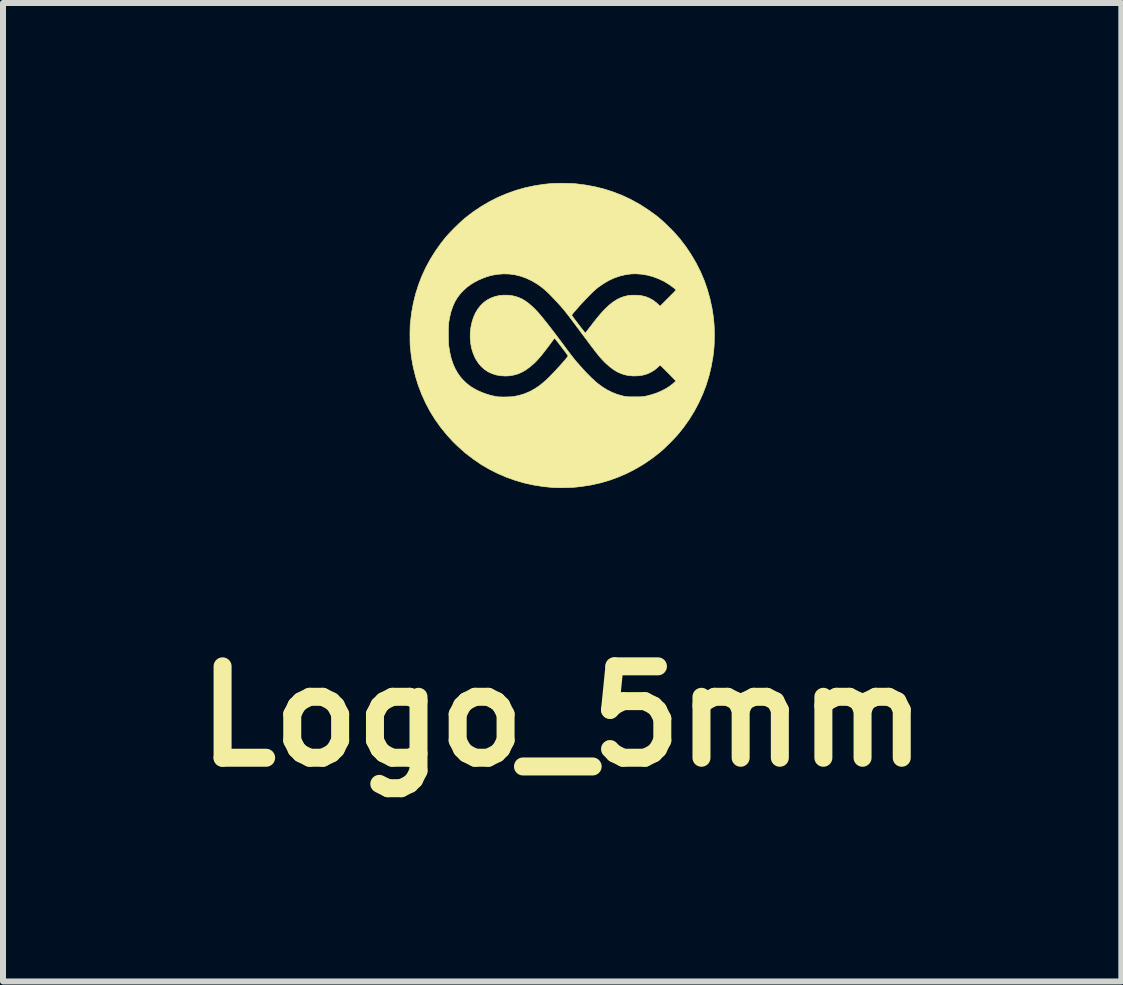
<source format=kicad_pcb>
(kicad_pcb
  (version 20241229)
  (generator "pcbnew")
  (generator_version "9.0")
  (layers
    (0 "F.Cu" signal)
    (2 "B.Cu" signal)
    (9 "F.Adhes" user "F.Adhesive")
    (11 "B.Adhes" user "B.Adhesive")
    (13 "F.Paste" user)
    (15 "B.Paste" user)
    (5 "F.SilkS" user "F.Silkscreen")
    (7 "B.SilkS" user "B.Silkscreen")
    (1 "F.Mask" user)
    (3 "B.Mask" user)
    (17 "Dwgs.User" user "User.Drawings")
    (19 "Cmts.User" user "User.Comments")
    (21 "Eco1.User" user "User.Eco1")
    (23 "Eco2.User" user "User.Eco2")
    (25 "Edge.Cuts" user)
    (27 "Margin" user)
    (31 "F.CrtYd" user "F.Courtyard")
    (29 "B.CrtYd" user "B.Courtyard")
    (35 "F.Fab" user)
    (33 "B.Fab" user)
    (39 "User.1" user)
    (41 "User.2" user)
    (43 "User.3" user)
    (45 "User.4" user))
  (footprint "Logo_5mm"
    (layer "F.Cu")
    (at 6.321 2.542)
    (property "Reference" "Logo_5mm" (at 0 6.35 0) (layer "F.SilkS") (effects (font (size 1.524 1.524) (thickness 0.3))))
    (attr through_hole)
    (fp_poly (pts (xy 0.043 -2.536) (xy 0.099 -2.535) (xy 0.152 -2.533) (xy 0.199 -2.531) (xy 0.234 -2.528) (xy 0.397 -2.507) (xy 0.555 -2.477) (xy 0.71 -2.438) (xy 0.861 -2.389) (xy 1.008 -2.331) (xy 1.151 -2.263) (xy 1.291 -2.186) (xy 1.426 -2.099) (xy 1.559 -2.004) (xy 1.631 -1.946) (xy 1.663 -1.918) (xy 1.7 -1.884) (xy 1.741 -1.845) (xy 1.783 -1.804) (xy 1.826 -1.761) (xy 1.867 -1.718) (xy 1.905 -1.677) (xy 1.938 -1.639) (xy 1.963 -1.61) (xy 2.062 -1.48) (xy 2.152 -1.345) (xy 2.233 -1.207) (xy 2.305 -1.065) (xy 2.367 -0.919) (xy 2.419 -0.77) (xy 2.462 -0.618) (xy 2.496 -0.462) (xy 2.512 -0.365) (xy 2.52 -0.305) (xy 2.526 -0.252) (xy 2.531 -0.201) (xy 2.534 -0.151) (xy 2.536 -0.098) (xy 2.537 -0.039) (xy 2.537 0) (xy 2.536 0.063) (xy 2.535 0.119) (xy 2.533 0.171) (xy 2.529 0.221) (xy 2.524 0.272) (xy 2.517 0.328) (xy 2.512 0.365) (xy 2.484 0.522) (xy 2.447 0.676) (xy 2.4 0.828) (xy 2.344 0.975) (xy 2.278 1.12) (xy 2.204 1.26) (xy 2.12 1.396) (xy 2.027 1.528) (xy 1.953 1.621) (xy 1.926 1.653) (xy 1.893 1.69) (xy 1.855 1.73) (xy 1.815 1.772) (xy 1.773 1.813) (xy 1.732 1.853) (xy 1.694 1.89) (xy 1.658 1.922) (xy 1.631 1.946) (xy 1.501 2.047) (xy 1.367 2.139) (xy 1.229 2.221) (xy 1.088 2.294) (xy 0.942 2.358) (xy 0.794 2.412) (xy 0.641 2.457) (xy 0.485 2.492) (xy 0.325 2.517) (xy 0.237 2.527) (xy 0.193 2.531) (xy 0.142 2.534) (xy 0.088 2.536) (xy 0.032 2.537) (xy -0.023 2.538) (xy -0.075 2.537) (xy -0.12 2.536) (xy -0.143 2.535) (xy -0.306 2.52) (xy -0.467 2.495) (xy -0.624 2.461) (xy -0.777 2.417) (xy -0.926 2.364) (xy -1.072 2.302) (xy -1.213 2.231) (xy -1.349 2.151) (xy -1.481 2.061) (xy -1.608 1.964) (xy -1.729 1.857) (xy -1.819 1.77) (xy -1.927 1.652) (xy -2.027 1.528) (xy -2.119 1.399) (xy -2.202 1.265) (xy -2.276 1.126) (xy -2.341 0.982) (xy -2.398 0.834) (xy -2.445 0.681) (xy -2.483 0.525) (xy -2.512 0.365) (xy -2.53 0.208) (xy -2.533 0.176) (xy -2.535 0.135) (xy -2.536 0.088) (xy -2.536 0.038) (xy -2.536 0.01) (xy -1.897 0.01) (xy -1.897 0.057) (xy -1.895 0.1) (xy -1.894 0.138) (xy -1.891 0.169) (xy -1.891 0.17) (xy -1.874 0.276) (xy -1.852 0.375) (xy -1.822 0.466) (xy -1.786 0.55) (xy -1.743 0.626) (xy -1.694 0.695) (xy -1.654 0.74) (xy -1.605 0.788) (xy -1.556 0.829) (xy -1.503 0.866) (xy -1.444 0.9) (xy -1.396 0.924) (xy -1.339 0.949) (xy -1.277 0.972) (xy -1.214 0.992) (xy -1.151 1.008) (xy -1.092 1.019) (xy -1.067 1.023) (xy -1.044 1.024) (xy -1.014 1.025) (xy -0.979 1.026) (xy -0.941 1.025) (xy -0.903 1.024) (xy -0.868 1.023) (xy -0.837 1.021) (xy -0.813 1.019) (xy -0.81 1.018) (xy -0.724 1.001) (xy -0.639 0.976) (xy -0.558 0.943) (xy -0.513 0.921) (xy -0.464 0.893) (xy -0.415 0.862) (xy -0.367 0.828) (xy -0.319 0.789) (xy -0.268 0.745) (xy -0.216 0.695) (xy -0.16 0.638) (xy -0.1 0.574) (xy -0.056 0.526) (xy -0.017 0.482) (xy 0.016 0.445) (xy 0.043 0.414) (xy 0.064 0.389) (xy 0.079 0.37) (xy 0.09 0.355) (xy 0.096 0.346) (xy 0.098 0.34) (xy 0.098 0.338) (xy 0.092 0.329) (xy 0.081 0.314) (xy 0.067 0.294) (xy 0.049 0.269) (xy 0.028 0.242) (xy 0.006 0.213) (xy -0.017 0.183) (xy -0.039 0.154) (xy -0.061 0.126) (xy -0.081 0.1) (xy -0.098 0.078) (xy -0.112 0.061) (xy -0.122 0.049) (xy -0.127 0.044) (xy -0.127 0.044) (xy -0.131 0.049) (xy -0.14 0.061) (xy -0.154 0.079) (xy -0.171 0.103) (xy -0.192 0.13) (xy -0.214 0.161) (xy -0.227 0.178) (xy -0.27 0.235) (xy -0.308 0.284) (xy -0.343 0.328) (xy -0.375 0.366) (xy -0.404 0.399) (xy -0.433 0.43) (xy -0.461 0.458) (xy -0.474 0.47) (xy -0.541 0.527) (xy -0.607 0.575) (xy -0.675 0.614) (xy -0.743 0.642) (xy -0.814 0.662) (xy -0.887 0.673) (xy -0.947 0.676) (xy -1.026 0.671) (xy -1.101 0.658) (xy -1.171 0.635) (xy -1.235 0.605) (xy -1.295 0.565) (xy -1.348 0.518) (xy -1.396 0.462) (xy -1.437 0.399) (xy -1.453 0.37) (xy -1.485 0.294) (xy -1.51 0.213) (xy -1.525 0.129) (xy -1.533 0.042) (xy -1.532 -0.047) (xy -1.522 -0.135) (xy -1.503 -0.222) (xy -1.503 -0.222) (xy -1.478 -0.302) (xy -1.445 -0.375) (xy -1.406 -0.44) (xy -1.36 -0.498) (xy -1.309 -0.548) (xy -1.252 -0.59) (xy -1.189 -0.623) (xy -1.122 -0.648) (xy -1.05 -0.665) (xy -0.973 -0.672) (xy -0.893 -0.67) (xy -0.892 -0.67) (xy -0.834 -0.663) (xy -0.777 -0.65) (xy -0.723 -0.632) (xy -0.669 -0.608) (xy -0.616 -0.576) (xy -0.563 -0.538) (xy -0.509 -0.492) (xy -0.453 -0.439) (xy -0.396 -0.377) (xy -0.335 -0.306) (xy -0.308 -0.272) (xy -0.255 -0.206) (xy -0.202 -0.138) (xy -0.146 -0.066) (xy -0.088 0.011) (xy -0.026 0.094) (xy 0.041 0.183) (xy 0.047 0.192) (xy 0.078 0.234) (xy 0.109 0.275) (xy 0.14 0.315) (xy 0.168 0.352) (xy 0.194 0.385) (xy 0.217 0.413) (xy 0.235 0.434) (xy 0.243 0.445) (xy 0.267 0.47) (xy 0.291 0.498) (xy 0.316 0.526) (xy 0.336 0.549) (xy 0.34 0.554) (xy 0.366 0.582) (xy 0.396 0.614) (xy 0.43 0.648) (xy 0.464 0.683) (xy 0.498 0.716) (xy 0.531 0.747) (xy 0.56 0.774) (xy 0.585 0.795) (xy 0.589 0.798) (xy 0.67 0.858) (xy 0.751 0.908) (xy 0.833 0.949) (xy 0.918 0.982) (xy 1.006 1.007) (xy 1.026 1.012) (xy 1.044 1.015) (xy 1.061 1.018) (xy 1.078 1.02) (xy 1.097 1.022) (xy 1.121 1.023) (xy 1.15 1.023) (xy 1.187 1.023) (xy 1.209 1.023) (xy 1.25 1.023) (xy 1.282 1.023) (xy 1.307 1.022) (xy 1.328 1.021) (xy 1.346 1.02) (xy 1.363 1.017) (xy 1.381 1.014) (xy 1.401 1.01) (xy 1.403 1.01) (xy 1.494 0.986) (xy 1.581 0.957) (xy 1.663 0.921) (xy 1.739 0.881) (xy 1.807 0.836) (xy 1.867 0.786) (xy 1.869 0.784) (xy 1.897 0.758) (xy 1.766 0.625) (xy 1.634 0.493) (xy 1.596 0.528) (xy 1.54 0.575) (xy 1.48 0.612) (xy 1.416 0.641) (xy 1.347 0.661) (xy 1.273 0.672) (xy 1.194 0.675) (xy 1.173 0.674) (xy 1.104 0.668) (xy 1.038 0.654) (xy 0.974 0.632) (xy 0.911 0.603) (xy 0.85 0.564) (xy 0.788 0.517) (xy 0.725 0.461) (xy 0.708 0.445) (xy 0.691 0.427) (xy 0.675 0.41) (xy 0.659 0.393) (xy 0.643 0.375) (xy 0.626 0.356) (xy 0.608 0.334) (xy 0.588 0.309) (xy 0.565 0.281) (xy 0.54 0.248) (xy 0.511 0.21) (xy 0.478 0.167) (xy 0.441 0.117) (xy 0.398 0.059) (xy 0.378 0.033) (xy 0.326 -0.037) (xy 0.28 -0.099) (xy 0.238 -0.154) (xy 0.202 -0.203) (xy 0.169 -0.247) (xy 0.14 -0.285) (xy 0.115 -0.319) (xy 0.101 -0.337) (xy 0.16 -0.337) (xy 0.16 -0.337) (xy 0.164 -0.33) (xy 0.173 -0.317) (xy 0.186 -0.299) (xy 0.203 -0.275) (xy 0.223 -0.249) (xy 0.245 -0.22) (xy 0.267 -0.191) (xy 0.29 -0.161) (xy 0.312 -0.132) (xy 0.333 -0.105) (xy 0.351 -0.082) (xy 0.367 -0.062) (xy 0.378 -0.048) (xy 0.385 -0.041) (xy 0.387 -0.039) (xy 0.39 -0.044) (xy 0.4 -0.056) (xy 0.414 -0.074) (xy 0.431 -0.097) (xy 0.451 -0.123) (xy 0.474 -0.152) (xy 0.478 -0.157) (xy 0.52 -0.212) (xy 0.556 -0.258) (xy 0.589 -0.299) (xy 0.619 -0.335) (xy 0.646 -0.367) (xy 0.672 -0.396) (xy 0.698 -0.423) (xy 0.721 -0.447) (xy 0.783 -0.505) (xy 0.843 -0.553) (xy 0.904 -0.593) (xy 0.964 -0.624) (xy 1.026 -0.647) (xy 1.091 -0.663) (xy 1.092 -0.664) (xy 1.125 -0.668) (xy 1.164 -0.671) (xy 1.207 -0.671) (xy 1.25 -0.67) (xy 1.29 -0.668) (xy 1.322 -0.663) (xy 1.393 -0.646) (xy 1.459 -0.619) (xy 1.522 -0.583) (xy 1.579 -0.538) (xy 1.595 -0.523) (xy 1.632 -0.487) (xy 1.766 -0.621) (xy 1.796 -0.651) (xy 1.824 -0.679) (xy 1.849 -0.704) (xy 1.87 -0.725) (xy 1.885 -0.742) (xy 1.896 -0.753) (xy 1.9 -0.757) (xy 1.9 -0.757) (xy 1.896 -0.763) (xy 1.885 -0.772) (xy 1.87 -0.786) (xy 1.85 -0.801) (xy 1.829 -0.817) (xy 1.807 -0.833) (xy 1.787 -0.848) (xy 1.78 -0.852) (xy 1.695 -0.904) (xy 1.605 -0.946) (xy 1.514 -0.98) (xy 1.421 -1.005) (xy 1.327 -1.021) (xy 1.233 -1.028) (xy 1.153 -1.026) (xy 1.057 -1.013) (xy 0.962 -0.991) (xy 0.869 -0.959) (xy 0.778 -0.917) (xy 0.688 -0.864) (xy 0.599 -0.802) (xy 0.594 -0.798) (xy 0.566 -0.775) (xy 0.531 -0.744) (xy 0.493 -0.708) (xy 0.451 -0.666) (xy 0.407 -0.621) (xy 0.362 -0.573) (xy 0.325 -0.533) (xy 0.283 -0.487) (xy 0.248 -0.447) (xy 0.219 -0.414) (xy 0.196 -0.388) (xy 0.179 -0.367) (xy 0.168 -0.352) (xy 0.161 -0.342) (xy 0.16 -0.337) (xy 0.101 -0.337) (xy 0.092 -0.348) (xy 0.071 -0.375) (xy 0.052 -0.399) (xy 0.035 -0.421) (xy 0.018 -0.441) (xy 0.001 -0.46) (xy -0.015 -0.479) (xy -0.033 -0.499) (xy -0.051 -0.519) (xy -0.071 -0.541) (xy -0.093 -0.565) (xy -0.118 -0.591) (xy -0.133 -0.607) (xy -0.187 -0.664) (xy -0.237 -0.714) (xy -0.285 -0.758) (xy -0.332 -0.797) (xy -0.38 -0.833) (xy -0.419 -0.86) (xy -0.508 -0.912) (xy -0.599 -0.955) (xy -0.691 -0.988) (xy -0.785 -1.011) (xy -0.88 -1.024) (xy -0.976 -1.027) (xy -1.074 -1.02) (xy -1.172 -1.003) (xy -1.193 -0.998) (xy -1.259 -0.978) (xy -1.329 -0.952) (xy -1.398 -0.922) (xy -1.464 -0.887) (xy -1.509 -0.86) (xy -1.581 -0.809) (xy -1.644 -0.753) (xy -1.7 -0.693) (xy -1.749 -0.628) (xy -1.791 -0.557) (xy -1.825 -0.479) (xy -1.854 -0.394) (xy -1.876 -0.301) (xy -1.888 -0.234) (xy -1.891 -0.207) (xy -1.894 -0.172) (xy -1.896 -0.131) (xy -1.897 -0.086) (xy -1.897 -0.038) (xy -1.897 0.01) (xy -2.536 0.01) (xy -2.537 -0.014) (xy -2.536 -0.065) (xy -2.535 -0.114) (xy -2.534 -0.157) (xy -2.532 -0.194) (xy -2.53 -0.208) (xy -2.511 -0.373) (xy -2.482 -0.533) (xy -2.444 -0.688) (xy -2.396 -0.84) (xy -2.34 -0.987) (xy -2.274 -1.13) (xy -2.198 -1.27) (xy -2.113 -1.406) (xy -2.019 -1.538) (xy -1.946 -1.631) (xy -1.918 -1.663) (xy -1.885 -1.699) (xy -1.846 -1.74) (xy -1.805 -1.782) (xy -1.762 -1.824) (xy -1.72 -1.865) (xy -1.679 -1.903) (xy -1.642 -1.936) (xy -1.612 -1.962) (xy -1.482 -2.061) (xy -1.348 -2.151) (xy -1.211 -2.231) (xy -1.07 -2.303) (xy -0.925 -2.364) (xy -0.776 -2.417) (xy -0.623 -2.461) (xy -0.466 -2.495) (xy -0.304 -2.52) (xy -0.208 -2.53) (xy -0.169 -2.533) (xy -0.123 -2.535) (xy -0.07 -2.536) (xy -0.014 -2.537) (xy 0.043 -2.536)) (stroke (width 0.01) (type solid)) (fill yes) (layer "F.SilkS")))
  (gr_rect
    (start -3 -3)
    (end 15.642 13.31)
    (stroke (width 0.1) (type default))
    (fill no)
    (layer "Edge.Cuts")))
</source>
